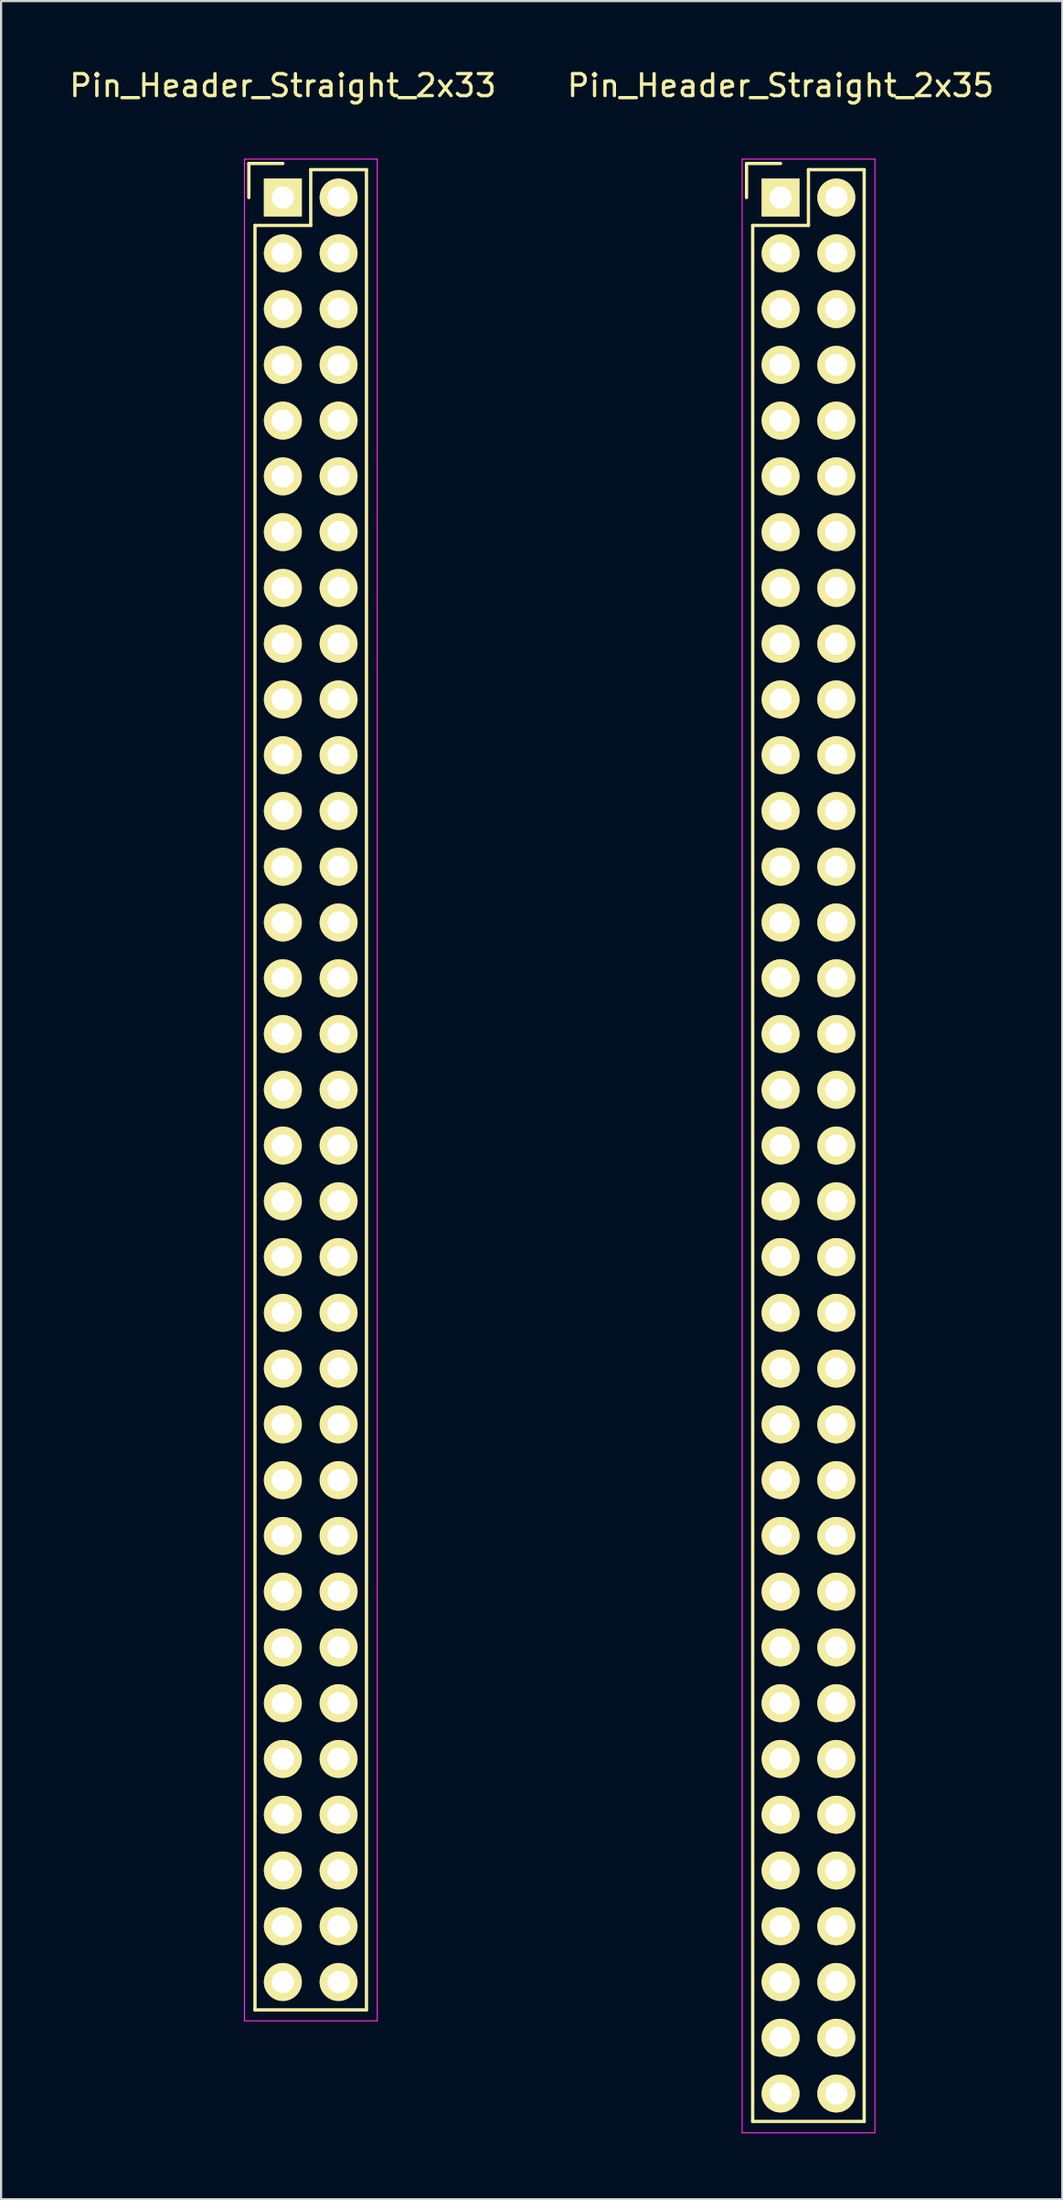
<source format=kicad_pcb>
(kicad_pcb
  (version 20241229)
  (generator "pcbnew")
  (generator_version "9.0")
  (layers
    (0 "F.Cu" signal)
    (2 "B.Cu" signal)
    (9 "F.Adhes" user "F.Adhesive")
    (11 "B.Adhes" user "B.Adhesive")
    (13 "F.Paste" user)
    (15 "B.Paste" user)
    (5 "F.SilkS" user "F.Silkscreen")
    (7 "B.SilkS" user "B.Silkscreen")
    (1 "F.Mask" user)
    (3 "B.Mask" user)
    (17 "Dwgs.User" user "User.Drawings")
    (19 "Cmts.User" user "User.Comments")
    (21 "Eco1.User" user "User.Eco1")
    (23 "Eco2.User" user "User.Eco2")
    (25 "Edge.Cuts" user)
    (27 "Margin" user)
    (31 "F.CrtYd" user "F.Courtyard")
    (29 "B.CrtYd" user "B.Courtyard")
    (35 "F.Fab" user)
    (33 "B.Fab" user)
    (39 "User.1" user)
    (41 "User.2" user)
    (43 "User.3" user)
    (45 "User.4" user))
  (footprint "Pin_Header_Straight_2x33"
    (layer "F.Cu")
    (at 9.839 5.948)
    (property "Reference" "Pin_Header_Straight_2x33" (at 0 -5.1 0) (layer "F.SilkS") (effects (font (size 1 1) (thickness 0.15))))
    (attr through_hole)
    (fp_line (start -1.55 -1.55) (end -1.55 0) (stroke (width 0.15) (type solid)) (layer "F.SilkS"))
    (fp_line (start -1.27 1.27) (end -1.27 82.55) (stroke (width 0.15) (type solid)) (layer "F.SilkS"))
    (fp_line (start 0 -1.55) (end -1.55 -1.55) (stroke (width 0.15) (type solid)) (layer "F.SilkS"))
    (fp_line (start 1.27 -1.27) (end 1.27 1.27) (stroke (width 0.15) (type solid)) (layer "F.SilkS"))
    (fp_line (start 1.27 1.27) (end -1.27 1.27) (stroke (width 0.15) (type solid)) (layer "F.SilkS"))
    (fp_line (start 3.81 -1.27) (end 1.27 -1.27) (stroke (width 0.15) (type solid)) (layer "F.SilkS"))
    (fp_line (start 3.81 82.55) (end -1.27 82.55) (stroke (width 0.15) (type solid)) (layer "F.SilkS"))
    (fp_line (start 3.81 82.55) (end 3.81 -1.27) (stroke (width 0.15) (type solid)) (layer "F.SilkS"))
    (fp_line (start -1.75 -1.75) (end -1.75 83.05) (stroke (width 0.05) (type solid)) (layer "F.CrtYd"))
    (fp_line (start -1.75 -1.75) (end 4.3 -1.75) (stroke (width 0.05) (type solid)) (layer "F.CrtYd"))
    (fp_line (start -1.75 83.05) (end 4.3 83.05) (stroke (width 0.05) (type solid)) (layer "F.CrtYd"))
    (fp_line (start 4.3 -1.75) (end 4.3 83.05) (stroke (width 0.05) (type solid)) (layer "F.CrtYd"))
    (pad "1" thru_hole rect (at 0 0) (size 1.727 1.727) (drill 1.016) (layers "*.Cu" "*.Mask" "F.SilkS"))
    (pad "2" thru_hole oval (at 2.54 0) (size 1.727 1.727) (drill 1.016) (layers "*.Cu" "*.Mask" "F.SilkS"))
    (pad "3" thru_hole oval (at 0 2.54) (size 1.727 1.727) (drill 1.016) (layers "*.Cu" "*.Mask" "F.SilkS"))
    (pad "4" thru_hole oval (at 2.54 2.54) (size 1.727 1.727) (drill 1.016) (layers "*.Cu" "*.Mask" "F.SilkS"))
    (pad "5" thru_hole oval (at 0 5.08) (size 1.727 1.727) (drill 1.016) (layers "*.Cu" "*.Mask" "F.SilkS"))
    (pad "6" thru_hole oval (at 2.54 5.08) (size 1.727 1.727) (drill 1.016) (layers "*.Cu" "*.Mask" "F.SilkS"))
    (pad "7" thru_hole oval (at 0 7.62) (size 1.727 1.727) (drill 1.016) (layers "*.Cu" "*.Mask" "F.SilkS"))
    (pad "8" thru_hole oval (at 2.54 7.62) (size 1.727 1.727) (drill 1.016) (layers "*.Cu" "*.Mask" "F.SilkS"))
    (pad "9" thru_hole oval (at 0 10.16) (size 1.727 1.727) (drill 1.016) (layers "*.Cu" "*.Mask" "F.SilkS"))
    (pad "10" thru_hole oval (at 2.54 10.16) (size 1.727 1.727) (drill 1.016) (layers "*.Cu" "*.Mask" "F.SilkS"))
    (pad "11" thru_hole oval (at 0 12.7) (size 1.727 1.727) (drill 1.016) (layers "*.Cu" "*.Mask" "F.SilkS"))
    (pad "12" thru_hole oval (at 2.54 12.7) (size 1.727 1.727) (drill 1.016) (layers "*.Cu" "*.Mask" "F.SilkS"))
    (pad "13" thru_hole oval (at 0 15.24) (size 1.727 1.727) (drill 1.016) (layers "*.Cu" "*.Mask" "F.SilkS"))
    (pad "14" thru_hole oval (at 2.54 15.24) (size 1.727 1.727) (drill 1.016) (layers "*.Cu" "*.Mask" "F.SilkS"))
    (pad "15" thru_hole oval (at 0 17.78) (size 1.727 1.727) (drill 1.016) (layers "*.Cu" "*.Mask" "F.SilkS"))
    (pad "16" thru_hole oval (at 2.54 17.78) (size 1.727 1.727) (drill 1.016) (layers "*.Cu" "*.Mask" "F.SilkS"))
    (pad "17" thru_hole oval (at 0 20.32) (size 1.727 1.727) (drill 1.016) (layers "*.Cu" "*.Mask" "F.SilkS"))
    (pad "18" thru_hole oval (at 2.54 20.32) (size 1.727 1.727) (drill 1.016) (layers "*.Cu" "*.Mask" "F.SilkS"))
    (pad "19" thru_hole oval (at 0 22.86) (size 1.727 1.727) (drill 1.016) (layers "*.Cu" "*.Mask" "F.SilkS"))
    (pad "20" thru_hole oval (at 2.54 22.86) (size 1.727 1.727) (drill 1.016) (layers "*.Cu" "*.Mask" "F.SilkS"))
    (pad "21" thru_hole oval (at 0 25.4) (size 1.727 1.727) (drill 1.016) (layers "*.Cu" "*.Mask" "F.SilkS"))
    (pad "22" thru_hole oval (at 2.54 25.4) (size 1.727 1.727) (drill 1.016) (layers "*.Cu" "*.Mask" "F.SilkS"))
    (pad "23" thru_hole oval (at 0 27.94) (size 1.727 1.727) (drill 1.016) (layers "*.Cu" "*.Mask" "F.SilkS"))
    (pad "24" thru_hole oval (at 2.54 27.94) (size 1.727 1.727) (drill 1.016) (layers "*.Cu" "*.Mask" "F.SilkS"))
    (pad "25" thru_hole oval (at 0 30.48) (size 1.727 1.727) (drill 1.016) (layers "*.Cu" "*.Mask" "F.SilkS"))
    (pad "26" thru_hole oval (at 2.54 30.48) (size 1.727 1.727) (drill 1.016) (layers "*.Cu" "*.Mask" "F.SilkS"))
    (pad "27" thru_hole oval (at 0 33.02) (size 1.727 1.727) (drill 1.016) (layers "*.Cu" "*.Mask" "F.SilkS"))
    (pad "28" thru_hole oval (at 2.54 33.02) (size 1.727 1.727) (drill 1.016) (layers "*.Cu" "*.Mask" "F.SilkS"))
    (pad "29" thru_hole oval (at 0 35.56) (size 1.727 1.727) (drill 1.016) (layers "*.Cu" "*.Mask" "F.SilkS"))
    (pad "30" thru_hole oval (at 2.54 35.56) (size 1.727 1.727) (drill 1.016) (layers "*.Cu" "*.Mask" "F.SilkS"))
    (pad "31" thru_hole oval (at 0 38.1) (size 1.727 1.727) (drill 1.016) (layers "*.Cu" "*.Mask" "F.SilkS"))
    (pad "32" thru_hole oval (at 2.54 38.1) (size 1.727 1.727) (drill 1.016) (layers "*.Cu" "*.Mask" "F.SilkS"))
    (pad "33" thru_hole oval (at 0 40.64) (size 1.727 1.727) (drill 1.016) (layers "*.Cu" "*.Mask" "F.SilkS"))
    (pad "34" thru_hole oval (at 2.54 40.64) (size 1.727 1.727) (drill 1.016) (layers "*.Cu" "*.Mask" "F.SilkS"))
    (pad "35" thru_hole oval (at 0 43.18) (size 1.727 1.727) (drill 1.016) (layers "*.Cu" "*.Mask" "F.SilkS"))
    (pad "36" thru_hole oval (at 2.54 43.18) (size 1.727 1.727) (drill 1.016) (layers "*.Cu" "*.Mask" "F.SilkS"))
    (pad "37" thru_hole oval (at 0 45.72) (size 1.727 1.727) (drill 1.016) (layers "*.Cu" "*.Mask" "F.SilkS"))
    (pad "38" thru_hole oval (at 2.54 45.72) (size 1.727 1.727) (drill 1.016) (layers "*.Cu" "*.Mask" "F.SilkS"))
    (pad "39" thru_hole oval (at 0 48.26) (size 1.727 1.727) (drill 1.016) (layers "*.Cu" "*.Mask" "F.SilkS"))
    (pad "40" thru_hole oval (at 2.54 48.26) (size 1.727 1.727) (drill 1.016) (layers "*.Cu" "*.Mask" "F.SilkS"))
    (pad "41" thru_hole oval (at 0 50.8) (size 1.727 1.727) (drill 1.016) (layers "*.Cu" "*.Mask" "F.SilkS"))
    (pad "42" thru_hole oval (at 2.54 50.8) (size 1.727 1.727) (drill 1.016) (layers "*.Cu" "*.Mask" "F.SilkS"))
    (pad "43" thru_hole oval (at 0 53.34) (size 1.727 1.727) (drill 1.016) (layers "*.Cu" "*.Mask" "F.SilkS"))
    (pad "44" thru_hole oval (at 2.54 53.34) (size 1.727 1.727) (drill 1.016) (layers "*.Cu" "*.Mask" "F.SilkS"))
    (pad "45" thru_hole oval (at 0 55.88) (size 1.727 1.727) (drill 1.016) (layers "*.Cu" "*.Mask" "F.SilkS"))
    (pad "46" thru_hole oval (at 2.54 55.88) (size 1.727 1.727) (drill 1.016) (layers "*.Cu" "*.Mask" "F.SilkS"))
    (pad "47" thru_hole oval (at 0 58.42) (size 1.727 1.727) (drill 1.016) (layers "*.Cu" "*.Mask" "F.SilkS"))
    (pad "48" thru_hole oval (at 2.54 58.42) (size 1.727 1.727) (drill 1.016) (layers "*.Cu" "*.Mask" "F.SilkS"))
    (pad "49" thru_hole oval (at 0 60.96) (size 1.727 1.727) (drill 1.016) (layers "*.Cu" "*.Mask" "F.SilkS"))
    (pad "50" thru_hole oval (at 2.54 60.96) (size 1.727 1.727) (drill 1.016) (layers "*.Cu" "*.Mask" "F.SilkS"))
    (pad "51" thru_hole oval (at 0 63.5) (size 1.727 1.727) (drill 1.016) (layers "*.Cu" "*.Mask" "F.SilkS"))
    (pad "52" thru_hole oval (at 2.54 63.5) (size 1.727 1.727) (drill 1.016) (layers "*.Cu" "*.Mask" "F.SilkS"))
    (pad "53" thru_hole oval (at 0 66.04) (size 1.727 1.727) (drill 1.016) (layers "*.Cu" "*.Mask" "F.SilkS"))
    (pad "54" thru_hole oval (at 2.54 66.04) (size 1.727 1.727) (drill 1.016) (layers "*.Cu" "*.Mask" "F.SilkS"))
    (pad "55" thru_hole oval (at 0 68.58) (size 1.727 1.727) (drill 1.016) (layers "*.Cu" "*.Mask" "F.SilkS"))
    (pad "56" thru_hole oval (at 2.54 68.58) (size 1.727 1.727) (drill 1.016) (layers "*.Cu" "*.Mask" "F.SilkS"))
    (pad "57" thru_hole oval (at 0 71.12) (size 1.727 1.727) (drill 1.016) (layers "*.Cu" "*.Mask" "F.SilkS"))
    (pad "58" thru_hole oval (at 2.54 71.12) (size 1.727 1.727) (drill 1.016) (layers "*.Cu" "*.Mask" "F.SilkS"))
    (pad "59" thru_hole oval (at 0 73.66) (size 1.727 1.727) (drill 1.016) (layers "*.Cu" "*.Mask" "F.SilkS"))
    (pad "60" thru_hole oval (at 2.54 73.66) (size 1.727 1.727) (drill 1.016) (layers "*.Cu" "*.Mask" "F.SilkS"))
    (pad "61" thru_hole oval (at 0 76.2) (size 1.727 1.727) (drill 1.016) (layers "*.Cu" "*.Mask" "F.SilkS"))
    (pad "62" thru_hole oval (at 2.54 76.2) (size 1.727 1.727) (drill 1.016) (layers "*.Cu" "*.Mask" "F.SilkS"))
    (pad "63" thru_hole oval (at 0 78.74) (size 1.727 1.727) (drill 1.016) (layers "*.Cu" "*.Mask" "F.SilkS"))
    (pad "64" thru_hole oval (at 2.54 78.74) (size 1.727 1.727) (drill 1.016) (layers "*.Cu" "*.Mask" "F.SilkS"))
    (pad "65" thru_hole oval (at 0 81.28) (size 1.727 1.727) (drill 1.016) (layers "*.Cu" "*.Mask" "F.SilkS"))
    (pad "66" thru_hole oval (at 2.54 81.28) (size 1.727 1.727) (drill 1.016) (layers "*.Cu" "*.Mask" "F.SilkS")))
  (footprint "Pin_Header_Straight_2x35"
    (layer "F.Cu")
    (at 32.518 5.948)
    (property "Reference" "Pin_Header_Straight_2x35" (at 0 -5.1 0) (layer "F.SilkS") (effects (font (size 1 1) (thickness 0.15))))
    (attr through_hole)
    (fp_line (start -1.55 -1.55) (end -1.55 0) (stroke (width 0.15) (type solid)) (layer "F.SilkS"))
    (fp_line (start -1.27 1.27) (end -1.27 87.63) (stroke (width 0.15) (type solid)) (layer "F.SilkS"))
    (fp_line (start 0 -1.55) (end -1.55 -1.55) (stroke (width 0.15) (type solid)) (layer "F.SilkS"))
    (fp_line (start 1.27 -1.27) (end 1.27 1.27) (stroke (width 0.15) (type solid)) (layer "F.SilkS"))
    (fp_line (start 1.27 1.27) (end -1.27 1.27) (stroke (width 0.15) (type solid)) (layer "F.SilkS"))
    (fp_line (start 3.81 -1.27) (end 1.27 -1.27) (stroke (width 0.15) (type solid)) (layer "F.SilkS"))
    (fp_line (start 3.81 87.63) (end -1.27 87.63) (stroke (width 0.15) (type solid)) (layer "F.SilkS"))
    (fp_line (start 3.81 87.63) (end 3.81 -1.27) (stroke (width 0.15) (type solid)) (layer "F.SilkS"))
    (fp_line (start -1.75 -1.75) (end -1.75 88.15) (stroke (width 0.05) (type solid)) (layer "F.CrtYd"))
    (fp_line (start -1.75 -1.75) (end 4.3 -1.75) (stroke (width 0.05) (type solid)) (layer "F.CrtYd"))
    (fp_line (start -1.75 88.15) (end 4.3 88.15) (stroke (width 0.05) (type solid)) (layer "F.CrtYd"))
    (fp_line (start 4.3 -1.75) (end 4.3 88.15) (stroke (width 0.05) (type solid)) (layer "F.CrtYd"))
    (pad "1" thru_hole rect (at 0 0) (size 1.727 1.727) (drill 1.016) (layers "*.Cu" "*.Mask" "F.SilkS"))
    (pad "2" thru_hole oval (at 2.54 0) (size 1.727 1.727) (drill 1.016) (layers "*.Cu" "*.Mask" "F.SilkS"))
    (pad "3" thru_hole oval (at 0 2.54) (size 1.727 1.727) (drill 1.016) (layers "*.Cu" "*.Mask" "F.SilkS"))
    (pad "4" thru_hole oval (at 2.54 2.54) (size 1.727 1.727) (drill 1.016) (layers "*.Cu" "*.Mask" "F.SilkS"))
    (pad "5" thru_hole oval (at 0 5.08) (size 1.727 1.727) (drill 1.016) (layers "*.Cu" "*.Mask" "F.SilkS"))
    (pad "6" thru_hole oval (at 2.54 5.08) (size 1.727 1.727) (drill 1.016) (layers "*.Cu" "*.Mask" "F.SilkS"))
    (pad "7" thru_hole oval (at 0 7.62) (size 1.727 1.727) (drill 1.016) (layers "*.Cu" "*.Mask" "F.SilkS"))
    (pad "8" thru_hole oval (at 2.54 7.62) (size 1.727 1.727) (drill 1.016) (layers "*.Cu" "*.Mask" "F.SilkS"))
    (pad "9" thru_hole oval (at 0 10.16) (size 1.727 1.727) (drill 1.016) (layers "*.Cu" "*.Mask" "F.SilkS"))
    (pad "10" thru_hole oval (at 2.54 10.16) (size 1.727 1.727) (drill 1.016) (layers "*.Cu" "*.Mask" "F.SilkS"))
    (pad "11" thru_hole oval (at 0 12.7) (size 1.727 1.727) (drill 1.016) (layers "*.Cu" "*.Mask" "F.SilkS"))
    (pad "12" thru_hole oval (at 2.54 12.7) (size 1.727 1.727) (drill 1.016) (layers "*.Cu" "*.Mask" "F.SilkS"))
    (pad "13" thru_hole oval (at 0 15.24) (size 1.727 1.727) (drill 1.016) (layers "*.Cu" "*.Mask" "F.SilkS"))
    (pad "14" thru_hole oval (at 2.54 15.24) (size 1.727 1.727) (drill 1.016) (layers "*.Cu" "*.Mask" "F.SilkS"))
    (pad "15" thru_hole oval (at 0 17.78) (size 1.727 1.727) (drill 1.016) (layers "*.Cu" "*.Mask" "F.SilkS"))
    (pad "16" thru_hole oval (at 2.54 17.78) (size 1.727 1.727) (drill 1.016) (layers "*.Cu" "*.Mask" "F.SilkS"))
    (pad "17" thru_hole oval (at 0 20.32) (size 1.727 1.727) (drill 1.016) (layers "*.Cu" "*.Mask" "F.SilkS"))
    (pad "18" thru_hole oval (at 2.54 20.32) (size 1.727 1.727) (drill 1.016) (layers "*.Cu" "*.Mask" "F.SilkS"))
    (pad "19" thru_hole oval (at 0 22.86) (size 1.727 1.727) (drill 1.016) (layers "*.Cu" "*.Mask" "F.SilkS"))
    (pad "20" thru_hole oval (at 2.54 22.86) (size 1.727 1.727) (drill 1.016) (layers "*.Cu" "*.Mask" "F.SilkS"))
    (pad "21" thru_hole oval (at 0 25.4) (size 1.727 1.727) (drill 1.016) (layers "*.Cu" "*.Mask" "F.SilkS"))
    (pad "22" thru_hole oval (at 2.54 25.4) (size 1.727 1.727) (drill 1.016) (layers "*.Cu" "*.Mask" "F.SilkS"))
    (pad "23" thru_hole oval (at 0 27.94) (size 1.727 1.727) (drill 1.016) (layers "*.Cu" "*.Mask" "F.SilkS"))
    (pad "24" thru_hole oval (at 2.54 27.94) (size 1.727 1.727) (drill 1.016) (layers "*.Cu" "*.Mask" "F.SilkS"))
    (pad "25" thru_hole oval (at 0 30.48) (size 1.727 1.727) (drill 1.016) (layers "*.Cu" "*.Mask" "F.SilkS"))
    (pad "26" thru_hole oval (at 2.54 30.48) (size 1.727 1.727) (drill 1.016) (layers "*.Cu" "*.Mask" "F.SilkS"))
    (pad "27" thru_hole oval (at 0 33.02) (size 1.727 1.727) (drill 1.016) (layers "*.Cu" "*.Mask" "F.SilkS"))
    (pad "28" thru_hole oval (at 2.54 33.02) (size 1.727 1.727) (drill 1.016) (layers "*.Cu" "*.Mask" "F.SilkS"))
    (pad "29" thru_hole oval (at 0 35.56) (size 1.727 1.727) (drill 1.016) (layers "*.Cu" "*.Mask" "F.SilkS"))
    (pad "30" thru_hole oval (at 2.54 35.56) (size 1.727 1.727) (drill 1.016) (layers "*.Cu" "*.Mask" "F.SilkS"))
    (pad "31" thru_hole oval (at 0 38.1) (size 1.727 1.727) (drill 1.016) (layers "*.Cu" "*.Mask" "F.SilkS"))
    (pad "32" thru_hole oval (at 2.54 38.1) (size 1.727 1.727) (drill 1.016) (layers "*.Cu" "*.Mask" "F.SilkS"))
    (pad "33" thru_hole oval (at 0 40.64) (size 1.727 1.727) (drill 1.016) (layers "*.Cu" "*.Mask" "F.SilkS"))
    (pad "34" thru_hole oval (at 2.54 40.64) (size 1.727 1.727) (drill 1.016) (layers "*.Cu" "*.Mask" "F.SilkS"))
    (pad "35" thru_hole oval (at 0 43.18) (size 1.727 1.727) (drill 1.016) (layers "*.Cu" "*.Mask" "F.SilkS"))
    (pad "36" thru_hole oval (at 2.54 43.18) (size 1.727 1.727) (drill 1.016) (layers "*.Cu" "*.Mask" "F.SilkS"))
    (pad "37" thru_hole oval (at 0 45.72) (size 1.727 1.727) (drill 1.016) (layers "*.Cu" "*.Mask" "F.SilkS"))
    (pad "38" thru_hole oval (at 2.54 45.72) (size 1.727 1.727) (drill 1.016) (layers "*.Cu" "*.Mask" "F.SilkS"))
    (pad "39" thru_hole oval (at 0 48.26) (size 1.727 1.727) (drill 1.016) (layers "*.Cu" "*.Mask" "F.SilkS"))
    (pad "40" thru_hole oval (at 2.54 48.26) (size 1.727 1.727) (drill 1.016) (layers "*.Cu" "*.Mask" "F.SilkS"))
    (pad "41" thru_hole oval (at 0 50.8) (size 1.727 1.727) (drill 1.016) (layers "*.Cu" "*.Mask" "F.SilkS"))
    (pad "42" thru_hole oval (at 2.54 50.8) (size 1.727 1.727) (drill 1.016) (layers "*.Cu" "*.Mask" "F.SilkS"))
    (pad "43" thru_hole oval (at 0 53.34) (size 1.727 1.727) (drill 1.016) (layers "*.Cu" "*.Mask" "F.SilkS"))
    (pad "44" thru_hole oval (at 2.54 53.34) (size 1.727 1.727) (drill 1.016) (layers "*.Cu" "*.Mask" "F.SilkS"))
    (pad "45" thru_hole oval (at 0 55.88) (size 1.727 1.727) (drill 1.016) (layers "*.Cu" "*.Mask" "F.SilkS"))
    (pad "46" thru_hole oval (at 2.54 55.88) (size 1.727 1.727) (drill 1.016) (layers "*.Cu" "*.Mask" "F.SilkS"))
    (pad "47" thru_hole oval (at 0 58.42) (size 1.727 1.727) (drill 1.016) (layers "*.Cu" "*.Mask" "F.SilkS"))
    (pad "48" thru_hole oval (at 2.54 58.42) (size 1.727 1.727) (drill 1.016) (layers "*.Cu" "*.Mask" "F.SilkS"))
    (pad "49" thru_hole oval (at 0 60.96) (size 1.727 1.727) (drill 1.016) (layers "*.Cu" "*.Mask" "F.SilkS"))
    (pad "50" thru_hole oval (at 2.54 60.96) (size 1.727 1.727) (drill 1.016) (layers "*.Cu" "*.Mask" "F.SilkS"))
    (pad "51" thru_hole oval (at 0 63.5) (size 1.727 1.727) (drill 1.016) (layers "*.Cu" "*.Mask" "F.SilkS"))
    (pad "52" thru_hole oval (at 2.54 63.5) (size 1.727 1.727) (drill 1.016) (layers "*.Cu" "*.Mask" "F.SilkS"))
    (pad "53" thru_hole oval (at 0 66.04) (size 1.727 1.727) (drill 1.016) (layers "*.Cu" "*.Mask" "F.SilkS"))
    (pad "54" thru_hole oval (at 2.54 66.04) (size 1.727 1.727) (drill 1.016) (layers "*.Cu" "*.Mask" "F.SilkS"))
    (pad "55" thru_hole oval (at 0 68.58) (size 1.727 1.727) (drill 1.016) (layers "*.Cu" "*.Mask" "F.SilkS"))
    (pad "56" thru_hole oval (at 2.54 68.58) (size 1.727 1.727) (drill 1.016) (layers "*.Cu" "*.Mask" "F.SilkS"))
    (pad "57" thru_hole oval (at 0 71.12) (size 1.727 1.727) (drill 1.016) (layers "*.Cu" "*.Mask" "F.SilkS"))
    (pad "58" thru_hole oval (at 2.54 71.12) (size 1.727 1.727) (drill 1.016) (layers "*.Cu" "*.Mask" "F.SilkS"))
    (pad "59" thru_hole oval (at 0 73.66) (size 1.727 1.727) (drill 1.016) (layers "*.Cu" "*.Mask" "F.SilkS"))
    (pad "60" thru_hole oval (at 2.54 73.66) (size 1.727 1.727) (drill 1.016) (layers "*.Cu" "*.Mask" "F.SilkS"))
    (pad "61" thru_hole oval (at 0 76.2) (size 1.727 1.727) (drill 1.016) (layers "*.Cu" "*.Mask" "F.SilkS"))
    (pad "62" thru_hole oval (at 2.54 76.2) (size 1.727 1.727) (drill 1.016) (layers "*.Cu" "*.Mask" "F.SilkS"))
    (pad "63" thru_hole oval (at 0 78.74) (size 1.727 1.727) (drill 1.016) (layers "*.Cu" "*.Mask" "F.SilkS"))
    (pad "64" thru_hole oval (at 2.54 78.74) (size 1.727 1.727) (drill 1.016) (layers "*.Cu" "*.Mask" "F.SilkS"))
    (pad "65" thru_hole oval (at 0 81.28) (size 1.727 1.727) (drill 1.016) (layers "*.Cu" "*.Mask" "F.SilkS"))
    (pad "66" thru_hole oval (at 2.54 81.28) (size 1.727 1.727) (drill 1.016) (layers "*.Cu" "*.Mask" "F.SilkS"))
    (pad "67" thru_hole oval (at 0 83.82) (size 1.727 1.727) (drill 1.016) (layers "*.Cu" "*.Mask" "F.SilkS"))
    (pad "68" thru_hole oval (at 2.54 83.82) (size 1.727 1.727) (drill 1.016) (layers "*.Cu" "*.Mask" "F.SilkS"))
    (pad "69" thru_hole oval (at 0 86.36) (size 1.727 1.727) (drill 1.016) (layers "*.Cu" "*.Mask" "F.SilkS"))
    (pad "70" thru_hole oval (at 2.54 86.36) (size 1.727 1.727) (drill 1.016) (layers "*.Cu" "*.Mask" "F.SilkS")))
  (gr_rect
    (start -3 -3)
    (end 45.357 97.123)
    (stroke (width 0.1) (type default))
    (fill no)
    (layer "Edge.Cuts")))
</source>
